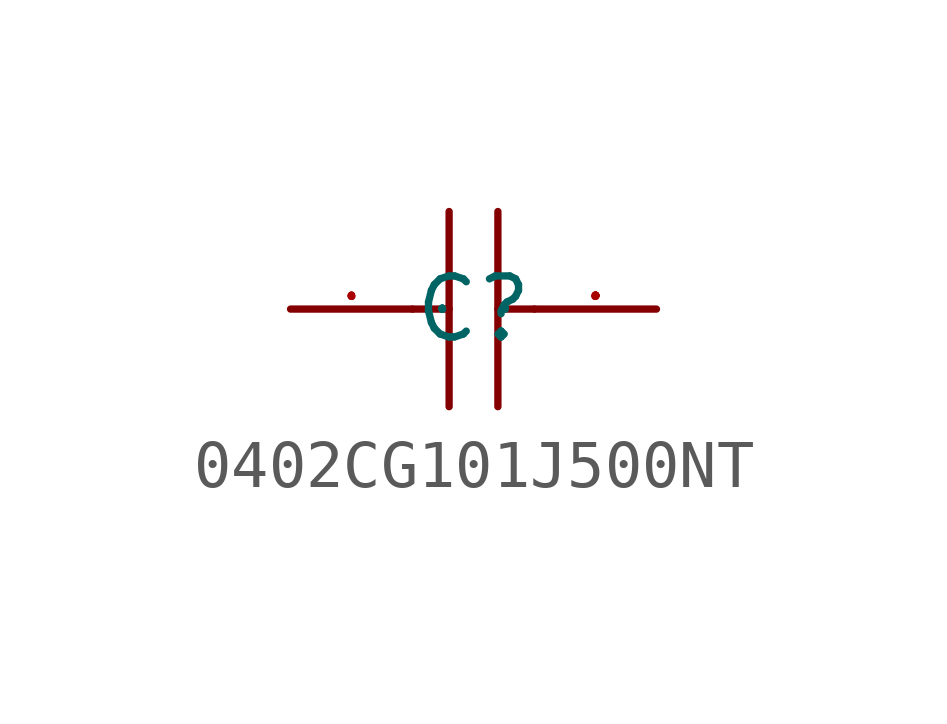
<source format=kicad_sym>
(kicad_symbol_lib
  (version 20241209)
  (generator "kicad_symbol_editor")
  (generator_version "9.0")
  (symbol "0402CG101J500NT"
    (property "Reference" "C"
      (at 0 0 0)
      (effects (font (size 1.27 1.27))))
    (symbol "0402CG101J500NT_1_0"
      (polyline (pts (xy -1.27 0) (xy -0.508 0)) (stroke (width 0) (type default)) (fill (type none)))
      (polyline (pts (xy -0.508 2.032) (xy -0.508 -2.032)) (stroke (width 0) (type default)) (fill (type none)))
      (polyline (pts (xy 0.508 2.032) (xy 0.508 -2.032)) (stroke (width 0) (type default)) (fill (type none)))
      (polyline (pts (xy 0.508 0) (xy 1.27 0)) (stroke (width 0) (type default)) (fill (type none)))
      (pin input line (at -3.81 0 0) (length 2.54) (name "1" (effects (font (size 0.025 0.025)))) (number "1" (effects (font (size 0.025 0.025)))))
      (pin input line (at 3.81 0 180) (length 2.54) (name "2" (effects (font (size 0.025 0.025)))) (number "2" (effects (font (size 0.025 0.025))))))))
</source>
